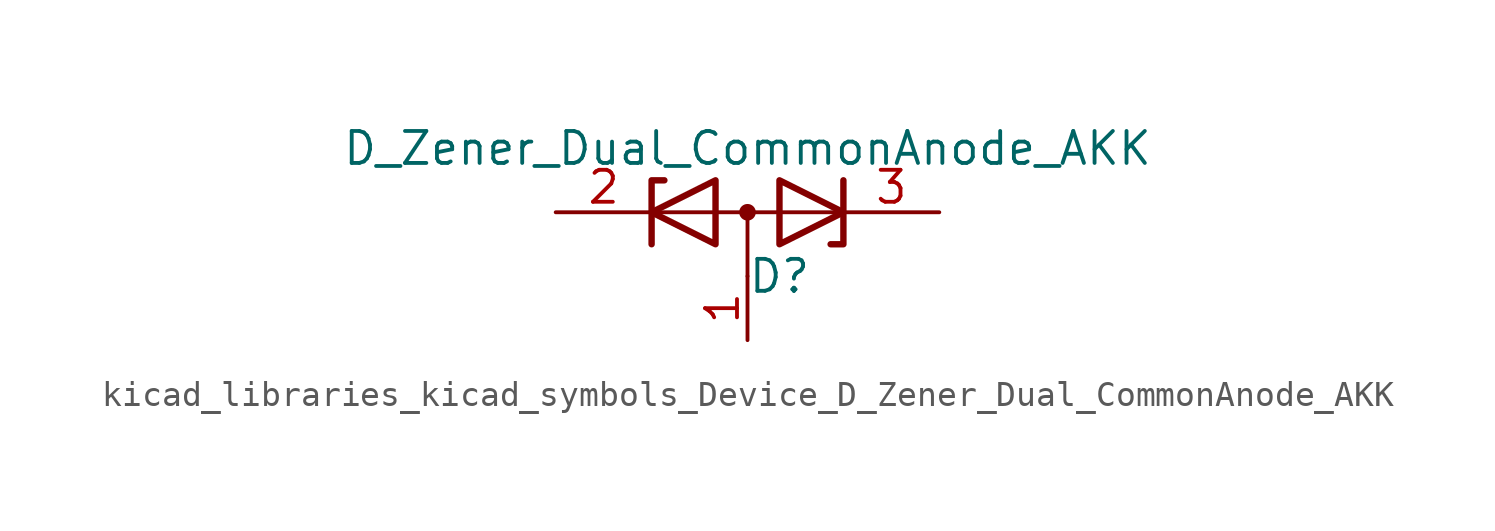
<source format=kicad_sym>
(kicad_symbol_lib
  (version 20220914)
  (generator kicad_symbol_editor)
  (symbol "kicad_libraries_kicad_symbols_Device_D_Zener_Dual_CommonAnode_AKK"
    (pin_names
      (offset 0.762) hide)
    (property "Reference" "D"
      (at 1.27 -2.54 0)
      (effects (font (size 1.27 1.27))))
    (property "Value" "D_Zener_Dual_CommonAnode_AKK"
      (at 0 2.54 0)
      (effects (font (size 1.27 1.27))))
    (symbol "kicad_libraries_kicad_symbols_Device_D_Zener_Dual_CommonAnode_AKK_0_1"
      (polyline (pts (xy -3.556 0) (xy 3.81 0)) (stroke (width 0) (type default)) (fill (type none)))
      (polyline (pts (xy 0 0) (xy 0 -2.54)) (stroke (width 0) (type default)) (fill (type none)))
      (polyline (pts (xy -3.81 -1.27) (xy -3.81 1.27) (xy -3.302 1.27)) (stroke (width 0.254) (type default)) (fill (type none)))
      (polyline (pts (xy 3.81 1.27) (xy 3.81 -1.27) (xy 3.302 -1.27)) (stroke (width 0.254) (type default)) (fill (type none)))
      (polyline (pts (xy -1.27 -1.27) (xy -3.81 0) (xy -1.27 1.27) (xy -1.27 -1.27) (xy -1.27 -1.27) (xy -1.27 -1.27)) (stroke (width 0.254) (type default)) (fill (type none)))
      (polyline (pts (xy 1.27 1.27) (xy 3.81 0) (xy 1.27 -1.27) (xy 1.27 1.27) (xy 1.27 1.27) (xy 1.27 1.27)) (stroke (width 0.254) (type default)) (fill (type none)))
      (circle (center 0 0) (radius 0.254) (stroke (width 0) (type default)) (fill (type outline)))
      (pin passive line (at 0 -5.08 90) (length 2.54) (name "A" (effects (font (size 1.27 1.27)))) (number "1" (effects (font (size 1.27 1.27)))))
      (pin passive line (at -7.62 0 0) (length 3.81) (name "K" (effects (font (size 1.27 1.27)))) (number "2" (effects (font (size 1.27 1.27)))))
      (pin passive line (at 7.62 0 180) (length 3.81) (name "K" (effects (font (size 1.27 1.27)))) (number "3" (effects (font (size 1.27 1.27))))))))
</source>
